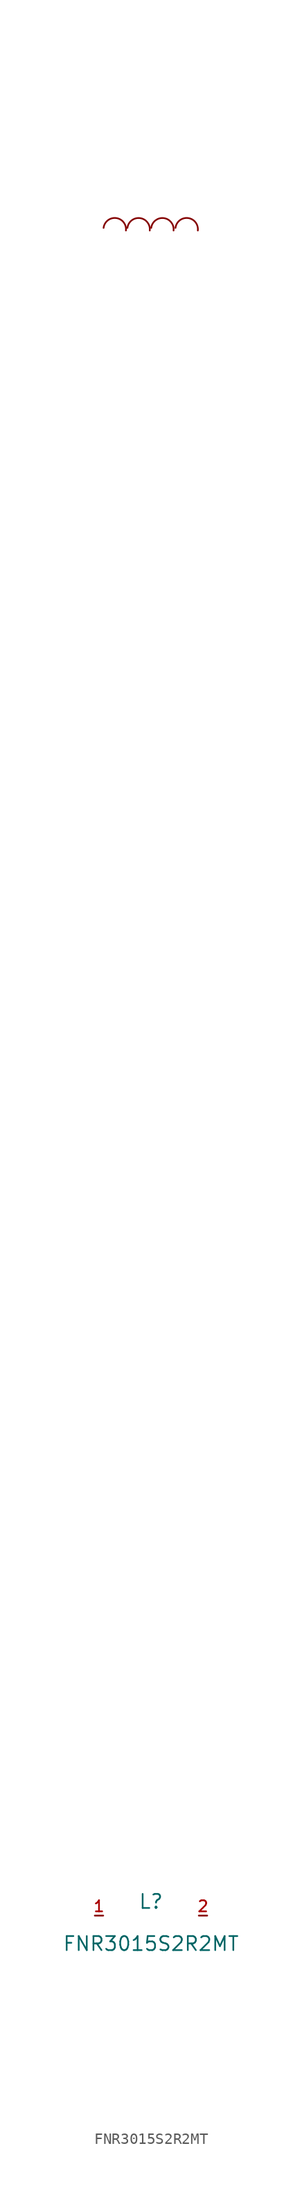
<source format=kicad_sym>
(kicad_symbol_lib
  (version 20210201)
  (generator TousstNicolas/JLC2KiCad_lib)
  (symbol "FNR3015S2R2MT"
    (pin_names hide)
    (property "Reference" "L"
      (at 0 1.27 0)
      (effects (font (size 1.27 1.27))))
    (property "Value" "FNR3015S2R2MT"
      (at 0 -2.54 0)
      (effects (font (size 1.27 1.27))))
    (symbol "FNR3015S2R2MT_0_1"
      (pin unspecified line (at 5.08 -0.0 180) (length 0.762) (name "2" (effects (font (size 1 1)))) (number "2" (effects (font (size 1 1)))))
      (pin unspecified line (at -5.08 -0.0 0) (length 0.762) (name "1" (effects (font (size 1 1)))) (number "1" (effects (font (size 1 1)))))
      (arc (start -2.2675798317689098 152.26577474375057) (mid -3.1589675383294846 153.39269454626879) (end -4.285887329344515 152.50130682516553) (stroke (width 0) (type default) (color 0 0 0 0)) (fill (type none)))
      (arc (start -0.11289020511819081 152.26516817215807) (mid -1.0043096562459306 153.39206286199257) (end -2.131204336687783 152.50064339899106) (stroke (width 0) (type default) (color 0 0 0 0)) (fill (type none)))
      (arc (start 2.037732096126408 152.26516817215807) (mid 1.146312644998668 153.39206286199257) (end 0.019417964556815614 152.50064339899106) (stroke (width 0) (type default) (color 0 0 0 0)) (fill (type none)))
      (arc (start 4.230518481699189 152.26567617317409) (mid 3.339099030571449 153.3925708630086) (end 2.2122043501295967 152.50115140000707) (stroke (width 0) (type default) (color 0 0 0 0)) (fill (type none))))))
</source>
